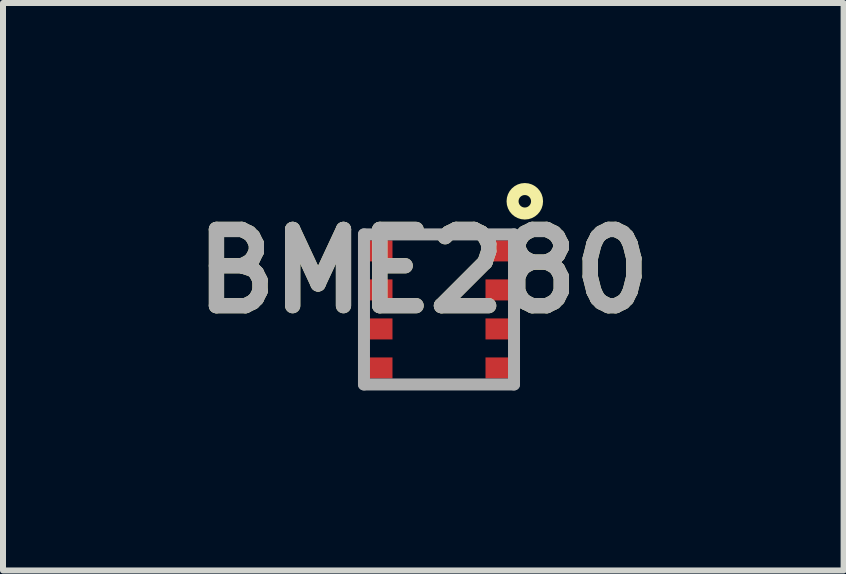
<source format=kicad_pcb>
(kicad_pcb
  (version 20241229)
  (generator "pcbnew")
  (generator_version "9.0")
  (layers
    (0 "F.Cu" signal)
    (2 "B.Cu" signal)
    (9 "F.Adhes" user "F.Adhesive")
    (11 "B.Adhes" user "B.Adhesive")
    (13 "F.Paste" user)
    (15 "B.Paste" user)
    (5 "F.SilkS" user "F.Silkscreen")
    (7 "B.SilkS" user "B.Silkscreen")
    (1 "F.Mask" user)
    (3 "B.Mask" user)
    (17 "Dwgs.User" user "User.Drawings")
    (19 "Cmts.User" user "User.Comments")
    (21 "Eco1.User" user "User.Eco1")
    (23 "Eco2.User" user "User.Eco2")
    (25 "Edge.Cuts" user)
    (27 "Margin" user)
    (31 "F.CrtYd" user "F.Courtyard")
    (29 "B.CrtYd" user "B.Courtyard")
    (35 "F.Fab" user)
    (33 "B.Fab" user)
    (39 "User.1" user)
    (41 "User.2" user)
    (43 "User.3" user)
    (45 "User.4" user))
  (footprint "BME280"
    (layer "F.Cu")
    (at 3.24 1.131)
    (property "Reference" "BME280" (at 0.764 0.338 0) (layer "F.SilkS") (effects (font (size 1.27 1.27) (thickness 0.254))))
    (attr smd)
    (fp_circle (center 2.455 -0.827) (end 2.455 -0.623) (stroke (width 0.2) (type solid)) (fill no) (layer "F.SilkS"))
    (fp_line (start -0.225 -0.275) (end 2.275 -0.275) (stroke (width 0.2) (type solid)) (layer "F.Fab"))
    (fp_line (start -0.225 2.225) (end -0.225 -0.275) (stroke (width 0.2) (type solid)) (layer "F.Fab"))
    (fp_line (start 2.275 -0.275) (end 2.275 2.225) (stroke (width 0.2) (type solid)) (layer "F.Fab"))
    (fp_line (start 2.275 2.225) (end -0.225 2.225) (stroke (width 0.2) (type solid)) (layer "F.Fab"))
    (fp_text user "${REFERENCE}" (at 0.764 0.338 0) (layer "F.Fab") (effects (font (size 1.27 1.27) (thickness 0.254))))
    (pad "1" smd rect (at 2.05 0 90) (size 0.35 0.5) (layers "F.Cu" "F.Mask" "F.Paste"))
    (pad "2" smd rect (at 2.05 0.65 90) (size 0.35 0.5) (layers "F.Cu" "F.Mask" "F.Paste"))
    (pad "3" smd rect (at 2.05 1.3 90) (size 0.35 0.5) (layers "F.Cu" "F.Mask" "F.Paste"))
    (pad "4" smd rect (at 2.05 1.95 90) (size 0.35 0.5) (layers "F.Cu" "F.Mask" "F.Paste"))
    (pad "5" smd rect (at 0 1.95 90) (size 0.35 0.5) (layers "F.Cu" "F.Mask" "F.Paste"))
    (pad "6" smd rect (at 0 1.3 90) (size 0.35 0.5) (layers "F.Cu" "F.Mask" "F.Paste"))
    (pad "7" smd rect (at 0 0.65 90) (size 0.35 0.5) (layers "F.Cu" "F.Mask" "F.Paste"))
    (pad "8" smd rect (at 0 0 90) (size 0.35 0.5) (layers "F.Cu" "F.Mask" "F.Paste")))
  (gr_rect
    (start -3 -3)
    (end 11.007 6.456)
    (stroke (width 0.1) (type default))
    (fill no)
    (layer "Edge.Cuts")))
</source>
